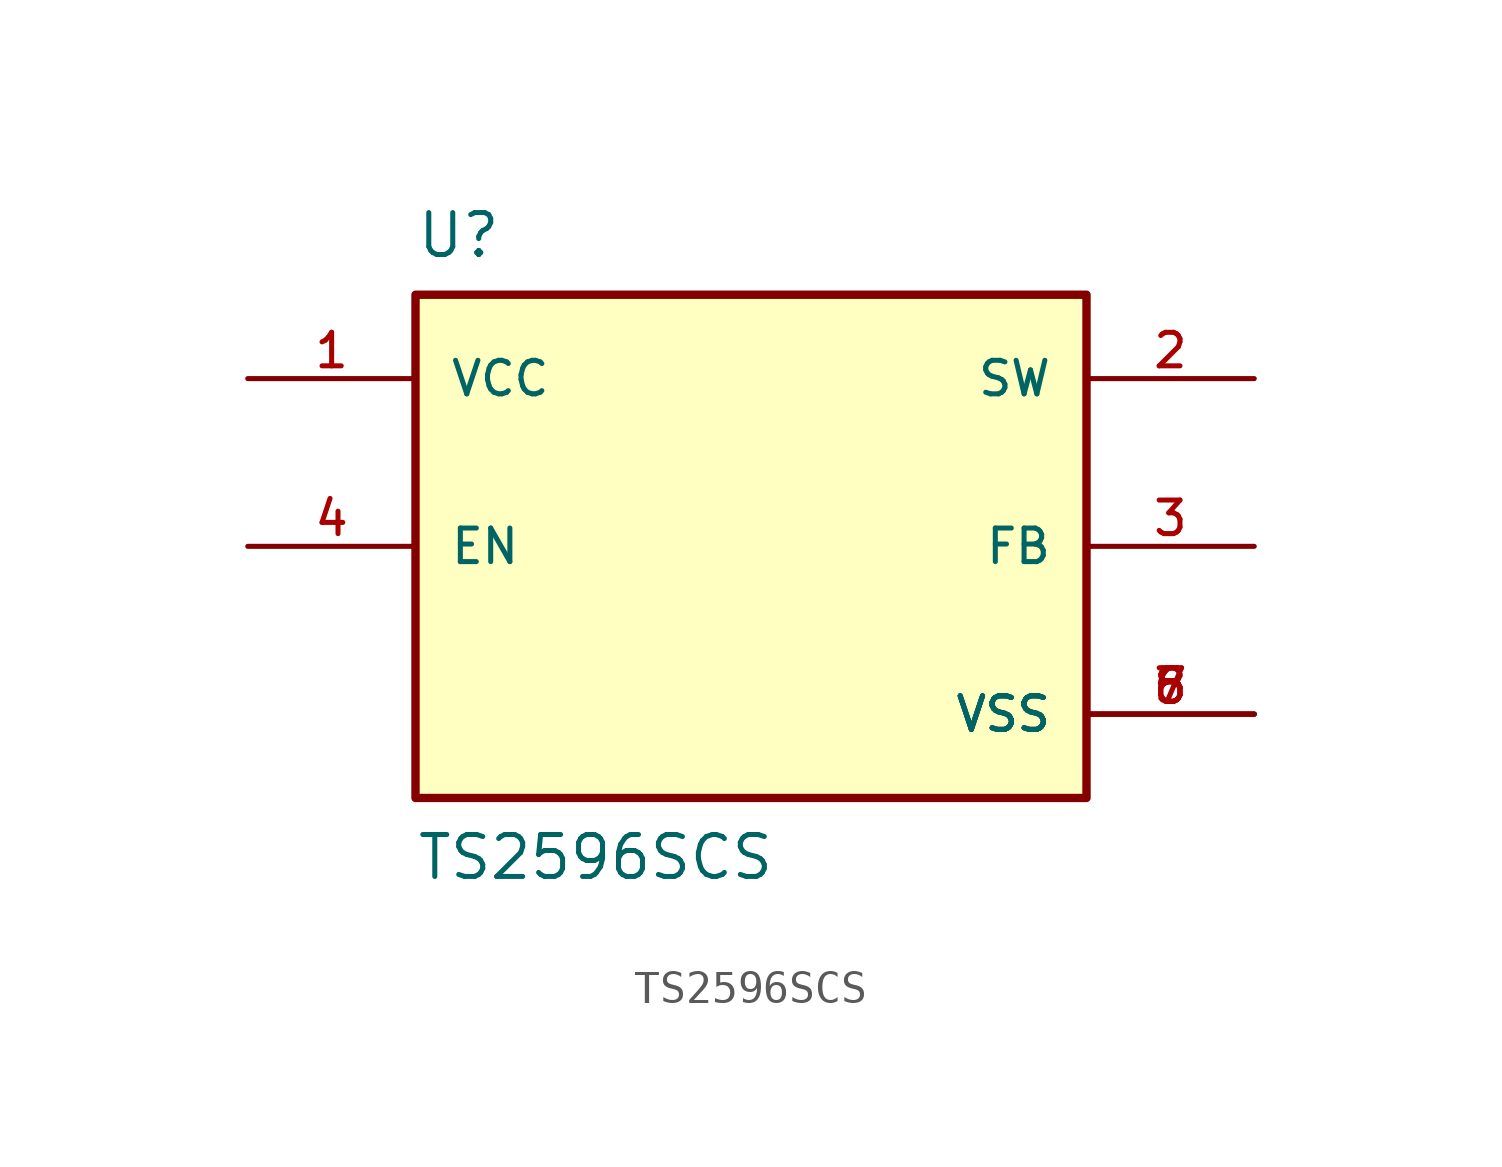
<source format=kicad_sym>
(kicad_symbol_lib
  (version 20211014)
  (generator kicad_symbol_editor)
  (symbol "TS2596SCS"
    (pin_names
      (offset 1.016))
    (property "Reference" "U"
      (at -10.16 10.16 0)
      (effects (font (size 1.27 1.27)) (justify top left)))
    (property "Value" "TS2596SCS"
      (at -10.16 -10.16 0)
      (effects (font (size 1.27 1.27)) (justify bottom left)))
    (symbol "TS2596SCS_0_0"
      (rectangle (start -10.16 -7.62) (end 10.16 7.62) (stroke (width 0.254)) (fill (type background)))
      (pin input line (at -15.24 5.08 0) (length 5.08) (name "VCC" (effects (font (size 1.016 1.016)))) (number "1" (effects (font (size 1.016 1.016)))))
      (pin output line (at 15.24 5.08 180.0) (length 5.08) (name "SW" (effects (font (size 1.016 1.016)))) (number "2" (effects (font (size 1.016 1.016)))))
      (pin input line (at 15.24 0.0 180.0) (length 5.08) (name "FB" (effects (font (size 1.016 1.016)))) (number "3" (effects (font (size 1.016 1.016)))))
      (pin input line (at -15.24 0.0 0) (length 5.08) (name "EN" (effects (font (size 1.016 1.016)))) (number "4" (effects (font (size 1.016 1.016)))))
      (pin power_in line (at 15.24 -5.08 180.0) (length 5.08) (name "VSS" (effects (font (size 1.016 1.016)))) (number "5" (effects (font (size 1.016 1.016)))))
      (pin power_in line (at 15.24 -5.08 180.0) (length 5.08) (name "VSS" (effects (font (size 1.016 1.016)))) (number "6" (effects (font (size 1.016 1.016)))))
      (pin power_in line (at 15.24 -5.08 180.0) (length 5.08) (name "VSS" (effects (font (size 1.016 1.016)))) (number "7" (effects (font (size 1.016 1.016)))))
      (pin power_in line (at 15.24 -5.08 180.0) (length 5.08) (name "VSS" (effects (font (size 1.016 1.016)))) (number "8" (effects (font (size 1.016 1.016))))))))
</source>
